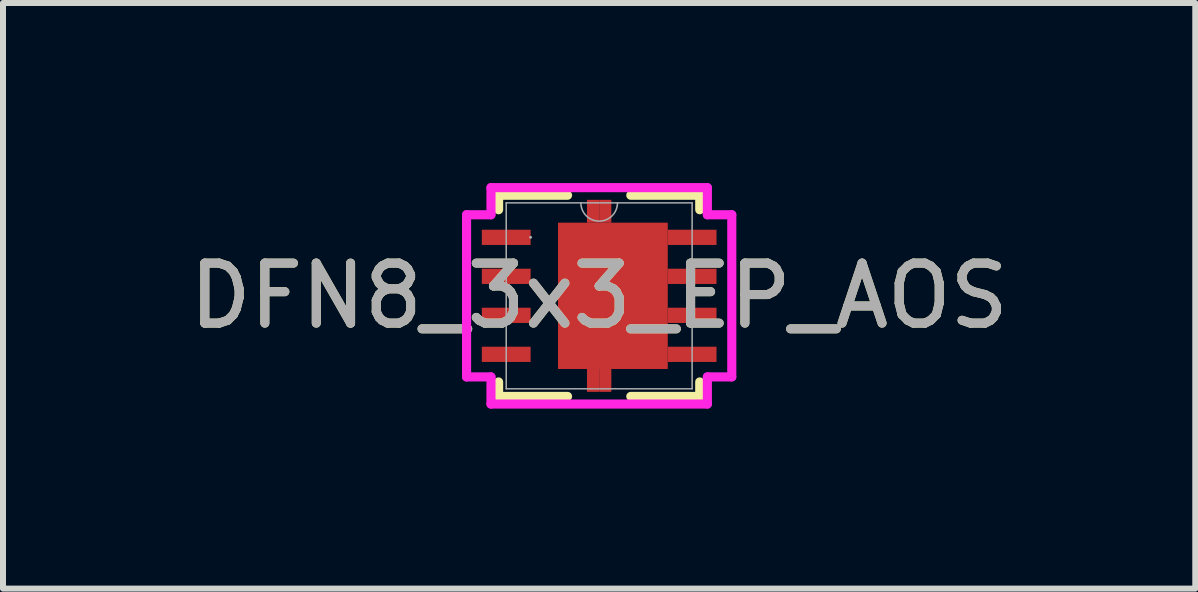
<source format=kicad_pcb>
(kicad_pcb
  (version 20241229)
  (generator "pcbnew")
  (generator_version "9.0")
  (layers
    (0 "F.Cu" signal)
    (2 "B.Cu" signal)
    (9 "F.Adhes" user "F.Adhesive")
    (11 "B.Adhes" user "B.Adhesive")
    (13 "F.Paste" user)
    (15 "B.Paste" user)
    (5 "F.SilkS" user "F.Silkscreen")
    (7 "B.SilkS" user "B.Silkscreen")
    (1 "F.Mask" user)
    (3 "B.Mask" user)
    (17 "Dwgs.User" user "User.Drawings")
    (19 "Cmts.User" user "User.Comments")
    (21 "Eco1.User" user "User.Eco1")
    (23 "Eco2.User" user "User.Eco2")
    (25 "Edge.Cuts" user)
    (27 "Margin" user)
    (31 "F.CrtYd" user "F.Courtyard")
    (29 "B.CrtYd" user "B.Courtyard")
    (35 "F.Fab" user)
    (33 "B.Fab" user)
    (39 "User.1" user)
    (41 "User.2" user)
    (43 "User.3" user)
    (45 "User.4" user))
  (footprint "DFN8_3x3_EP_AOS"
    (layer "F.Cu")
    (at 6.935 1.88)
    (property "Reference" "DFN8_3x3_EP_AOS" (at 0 0 0) (unlocked yes) (layer "F.SilkS") (effects (font (size 1 1) (thickness 0.15))))
    (attr smd)
    (fp_poly (pts (xy -0.686 -1.219) (xy 1.143 -1.219) (xy 1.143 1.219) (xy -0.686 1.219)) (stroke (width 0) (type solid)) (fill yes) (layer "F.Cu"))
    (fp_poly (pts (xy -0.203 -1.219) (xy -0.203 -1.6) (xy 0 -1.6) (xy 0 -1.219)) (stroke (width 0) (type solid)) (fill yes) (layer "F.Cu"))
    (fp_poly (pts (xy -0.203 1.219) (xy -0.203 1.6) (xy 0 1.6) (xy 0 1.219)) (stroke (width 0) (type solid)) (fill yes) (layer "F.Cu"))
    (fp_poly (pts (xy 0.203 -1.219) (xy 0.203 -1.6) (xy 0 -1.6) (xy 0 -1.219)) (stroke (width 0) (type solid)) (fill yes) (layer "F.Cu"))
    (fp_poly (pts (xy 0.203 1.219) (xy 0.203 1.6) (xy 0 1.6) (xy 0 1.219)) (stroke (width 0) (type solid)) (fill yes) (layer "F.Cu"))
    (fp_poly (pts (xy -0.686 -1.219) (xy 1.143 -1.219) (xy 1.143 1.219) (xy -0.686 1.219)) (stroke (width 0) (type solid)) (fill yes) (layer "F.Mask"))
    (fp_poly (pts (xy -0.203 -1.219) (xy -0.203 -1.6) (xy 0 -1.6) (xy 0 -1.219)) (stroke (width 0) (type solid)) (fill yes) (layer "F.Mask"))
    (fp_poly (pts (xy -0.203 1.219) (xy -0.203 1.6) (xy 0 1.6) (xy 0 1.219)) (stroke (width 0) (type solid)) (fill yes) (layer "F.Mask"))
    (fp_poly (pts (xy 0.203 -1.219) (xy 0.203 -1.6) (xy 0 -1.6) (xy 0 -1.219)) (stroke (width 0) (type solid)) (fill yes) (layer "F.Mask"))
    (fp_poly (pts (xy 0.203 1.219) (xy 0.203 1.6) (xy 0 1.6) (xy 0 1.219)) (stroke (width 0) (type solid)) (fill yes) (layer "F.Mask"))
    (fp_line (start -1.676 -1.676) (end -1.676 -1.435) (stroke (width 0.152) (type solid)) (layer "F.SilkS"))
    (fp_line (start -1.676 1.435) (end -1.676 1.676) (stroke (width 0.152) (type solid)) (layer "F.SilkS"))
    (fp_line (start -1.676 1.676) (end -0.527 1.676) (stroke (width 0.152) (type solid)) (layer "F.SilkS"))
    (fp_line (start -0.527 -1.676) (end -1.676 -1.676) (stroke (width 0.152) (type solid)) (layer "F.SilkS"))
    (fp_line (start 0.527 1.676) (end 1.676 1.676) (stroke (width 0.152) (type solid)) (layer "F.SilkS"))
    (fp_line (start 1.676 -1.676) (end 0.527 -1.676) (stroke (width 0.152) (type solid)) (layer "F.SilkS"))
    (fp_line (start 1.676 -1.435) (end 1.676 -1.676) (stroke (width 0.152) (type solid)) (layer "F.SilkS"))
    (fp_line (start 1.676 1.676) (end 1.676 1.435) (stroke (width 0.152) (type solid)) (layer "F.SilkS"))
    (fp_poly (pts (xy -0.686 -1.219) (xy 1.143 -1.219) (xy 1.143 1.219) (xy -0.686 1.219)) (stroke (width 0) (type solid)) (fill yes) (layer "F.Paste"))
    (fp_poly (pts (xy -0.203 -1.219) (xy -0.203 -1.6) (xy 0 -1.6) (xy 0 -1.219)) (stroke (width 0) (type solid)) (fill yes) (layer "F.Paste"))
    (fp_poly (pts (xy -0.203 1.219) (xy -0.203 1.6) (xy 0 1.6) (xy 0 1.219)) (stroke (width 0) (type solid)) (fill yes) (layer "F.Paste"))
    (fp_poly (pts (xy 0.203 -1.219) (xy 0.203 -1.6) (xy 0 -1.6) (xy 0 -1.219)) (stroke (width 0) (type solid)) (fill yes) (layer "F.Paste"))
    (fp_poly (pts (xy 0.203 1.219) (xy 0.203 1.6) (xy 0 1.6) (xy 0 1.219)) (stroke (width 0) (type solid)) (fill yes) (layer "F.Paste"))
    (fp_line (start -2.21 -1.351) (end -1.803 -1.351) (stroke (width 0.152) (type solid)) (layer "F.CrtYd"))
    (fp_line (start -2.21 1.351) (end -2.21 -1.351) (stroke (width 0.152) (type solid)) (layer "F.CrtYd"))
    (fp_line (start -2.21 1.351) (end -1.803 1.351) (stroke (width 0.152) (type solid)) (layer "F.CrtYd"))
    (fp_line (start -1.803 -1.803) (end 1.803 -1.803) (stroke (width 0.152) (type solid)) (layer "F.CrtYd"))
    (fp_line (start -1.803 -1.351) (end -1.803 -1.803) (stroke (width 0.152) (type solid)) (layer "F.CrtYd"))
    (fp_line (start -1.803 1.803) (end -1.803 1.351) (stroke (width 0.152) (type solid)) (layer "F.CrtYd"))
    (fp_line (start 1.803 -1.803) (end 1.803 -1.351) (stroke (width 0.152) (type solid)) (layer "F.CrtYd"))
    (fp_line (start 1.803 1.351) (end 1.803 1.803) (stroke (width 0.152) (type solid)) (layer "F.CrtYd"))
    (fp_line (start 1.803 1.803) (end -1.803 1.803) (stroke (width 0.152) (type solid)) (layer "F.CrtYd"))
    (fp_line (start 2.21 -1.351) (end 1.803 -1.351) (stroke (width 0.152) (type solid)) (layer "F.CrtYd"))
    (fp_line (start 2.21 -1.351) (end 2.21 1.351) (stroke (width 0.152) (type solid)) (layer "F.CrtYd"))
    (fp_line (start 2.21 1.351) (end 1.803 1.351) (stroke (width 0.152) (type solid)) (layer "F.CrtYd"))
    (fp_line (start -1.549 -1.549) (end -1.549 1.549) (stroke (width 0.025) (type solid)) (layer "F.Fab"))
    (fp_line (start -1.549 1.549) (end 1.549 1.549) (stroke (width 0.025) (type solid)) (layer "F.Fab"))
    (fp_line (start 1.549 -1.549) (end -1.549 -1.549) (stroke (width 0.025) (type solid)) (layer "F.Fab"))
    (fp_line (start 1.549 1.549) (end 1.549 -1.549) (stroke (width 0.025) (type solid)) (layer "F.Fab"))
    (fp_arc (start 0.3048 -1.5494) (mid 0 -1.2446) (end -0.3048 -1.5494) (stroke (width 0.0254) (type solid)) (layer "F.Fab"))
    (fp_circle (center -1.143 -0.975) (end -1.143 -0.975) (stroke (width 0.025) (type solid)) (fill no) (layer "F.Fab"))
    (fp_text user "${REFERENCE}" (at 0 0 0) (unlocked yes) (layer "F.Fab") (effects (font (size 1 1) (thickness 0.15))))
    (pad "1" smd rect (at -1.549 -0.975) (size 0.813 0.254) (layers "F.Cu" "F.Mask" "F.Paste"))
    (pad "2" smd rect (at -1.549 -0.325) (size 0.813 0.254) (layers "F.Cu" "F.Mask" "F.Paste"))
    (pad "3" smd rect (at -1.549 0.325) (size 0.813 0.254) (layers "F.Cu" "F.Mask" "F.Paste"))
    (pad "4" smd rect (at -1.549 0.975) (size 0.813 0.254) (layers "F.Cu" "F.Mask" "F.Paste"))
    (pad "5" smd rect (at 1.549 0.975) (size 0.813 0.254) (layers "F.Cu" "F.Mask" "F.Paste"))
    (pad "6" smd rect (at 1.549 0.325) (size 0.813 0.254) (layers "F.Cu" "F.Mask" "F.Paste"))
    (pad "7" smd rect (at 1.549 -0.325) (size 0.813 0.254) (layers "F.Cu" "F.Mask" "F.Paste"))
    (pad "8" smd rect (at 1.549 -0.975) (size 0.813 0.254) (layers "F.Cu" "F.Mask" "F.Paste"))
    (pad "9" smd rect (at 0 0) (size 0.025 0.025) (layers "F.Cu" "F.Mask" "F.Paste")))
  (gr_rect
    (start -3 -3)
    (end 16.869 6.759)
    (stroke (width 0.1) (type default))
    (fill no)
    (layer "Edge.Cuts")))
</source>
